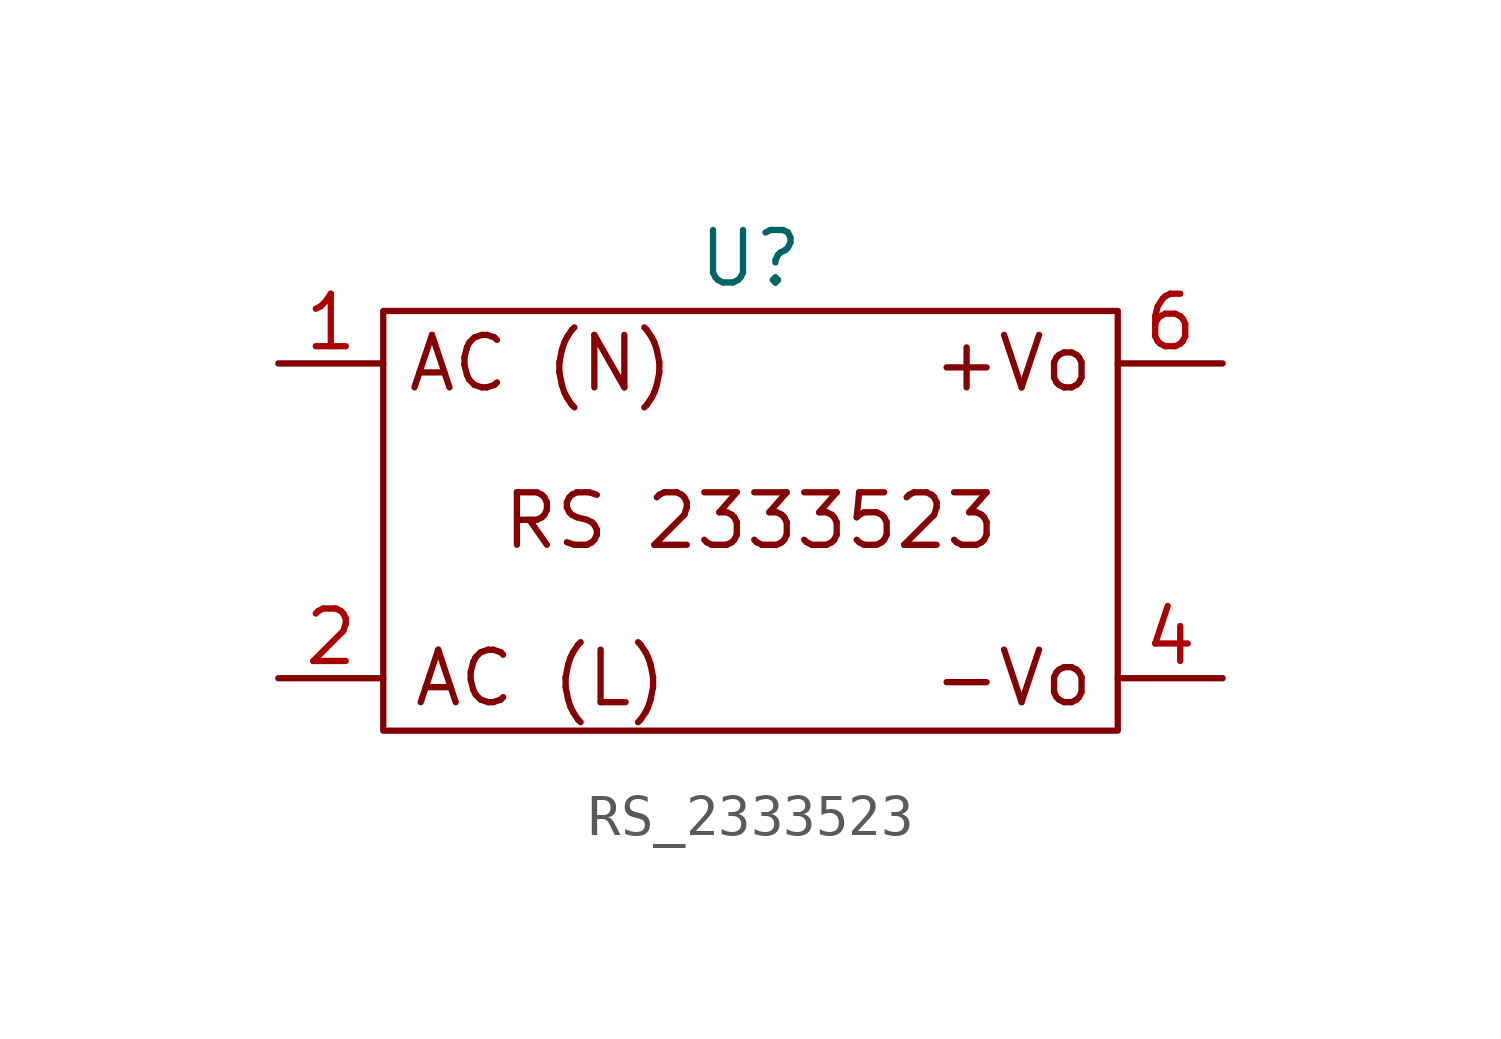
<source format=kicad_sym>
(kicad_symbol_lib
  (version 20220914)
  (generator kicad_symbol_editor)
  (symbol "RS_2333523"
    (property "Reference" "U"
      (at 0 6.35 0)
      (effects (font (size 1.27 1.27))))
    (property "Value" ""
      (at 0 0 0)
      (effects (font (size 1.27 1.27))))
    (symbol "RS_2333523_0_1"
      (rectangle (start -8.89 5.08) (end 8.89 -5.08) (stroke (width 0) (type default)) (fill (type none))))
    (symbol "RS_2333523_1_1"
      (text "+Vo" (at 6.35 3.81 0) (effects (font (size 1.27 1.27))))
      (text "-Vo" (at 6.35 -3.81 0) (effects (font (size 1.27 1.27))))
      (text "AC (L)" (at -5.08 -3.81 0) (effects (font (size 1.27 1.27))))
      (text "AC (N)" (at -5.08 3.81 0) (effects (font (size 1.27 1.27))))
      (text "RS 2333523" (at 0 0 0) (effects (font (size 1.27 1.27))))
      (pin power_in line (at -11.43 3.81 0) (length 2.54) (name "" (effects (font (size 1.27 1.27)))) (number "1" (effects (font (size 1.27 1.27)))))
      (pin power_in line (at -11.43 -3.81 0) (length 2.54) (name "" (effects (font (size 1.27 1.27)))) (number "2" (effects (font (size 1.27 1.27)))))
      (pin power_out line (at 11.43 -3.81 180) (length 2.54) (name "" (effects (font (size 1.27 1.27)))) (number "4" (effects (font (size 1.27 1.27)))))
      (pin power_out line (at 11.43 3.81 180) (length 2.54) (name "" (effects (font (size 1.27 1.27)))) (number "6" (effects (font (size 1.27 1.27))))))))
</source>
